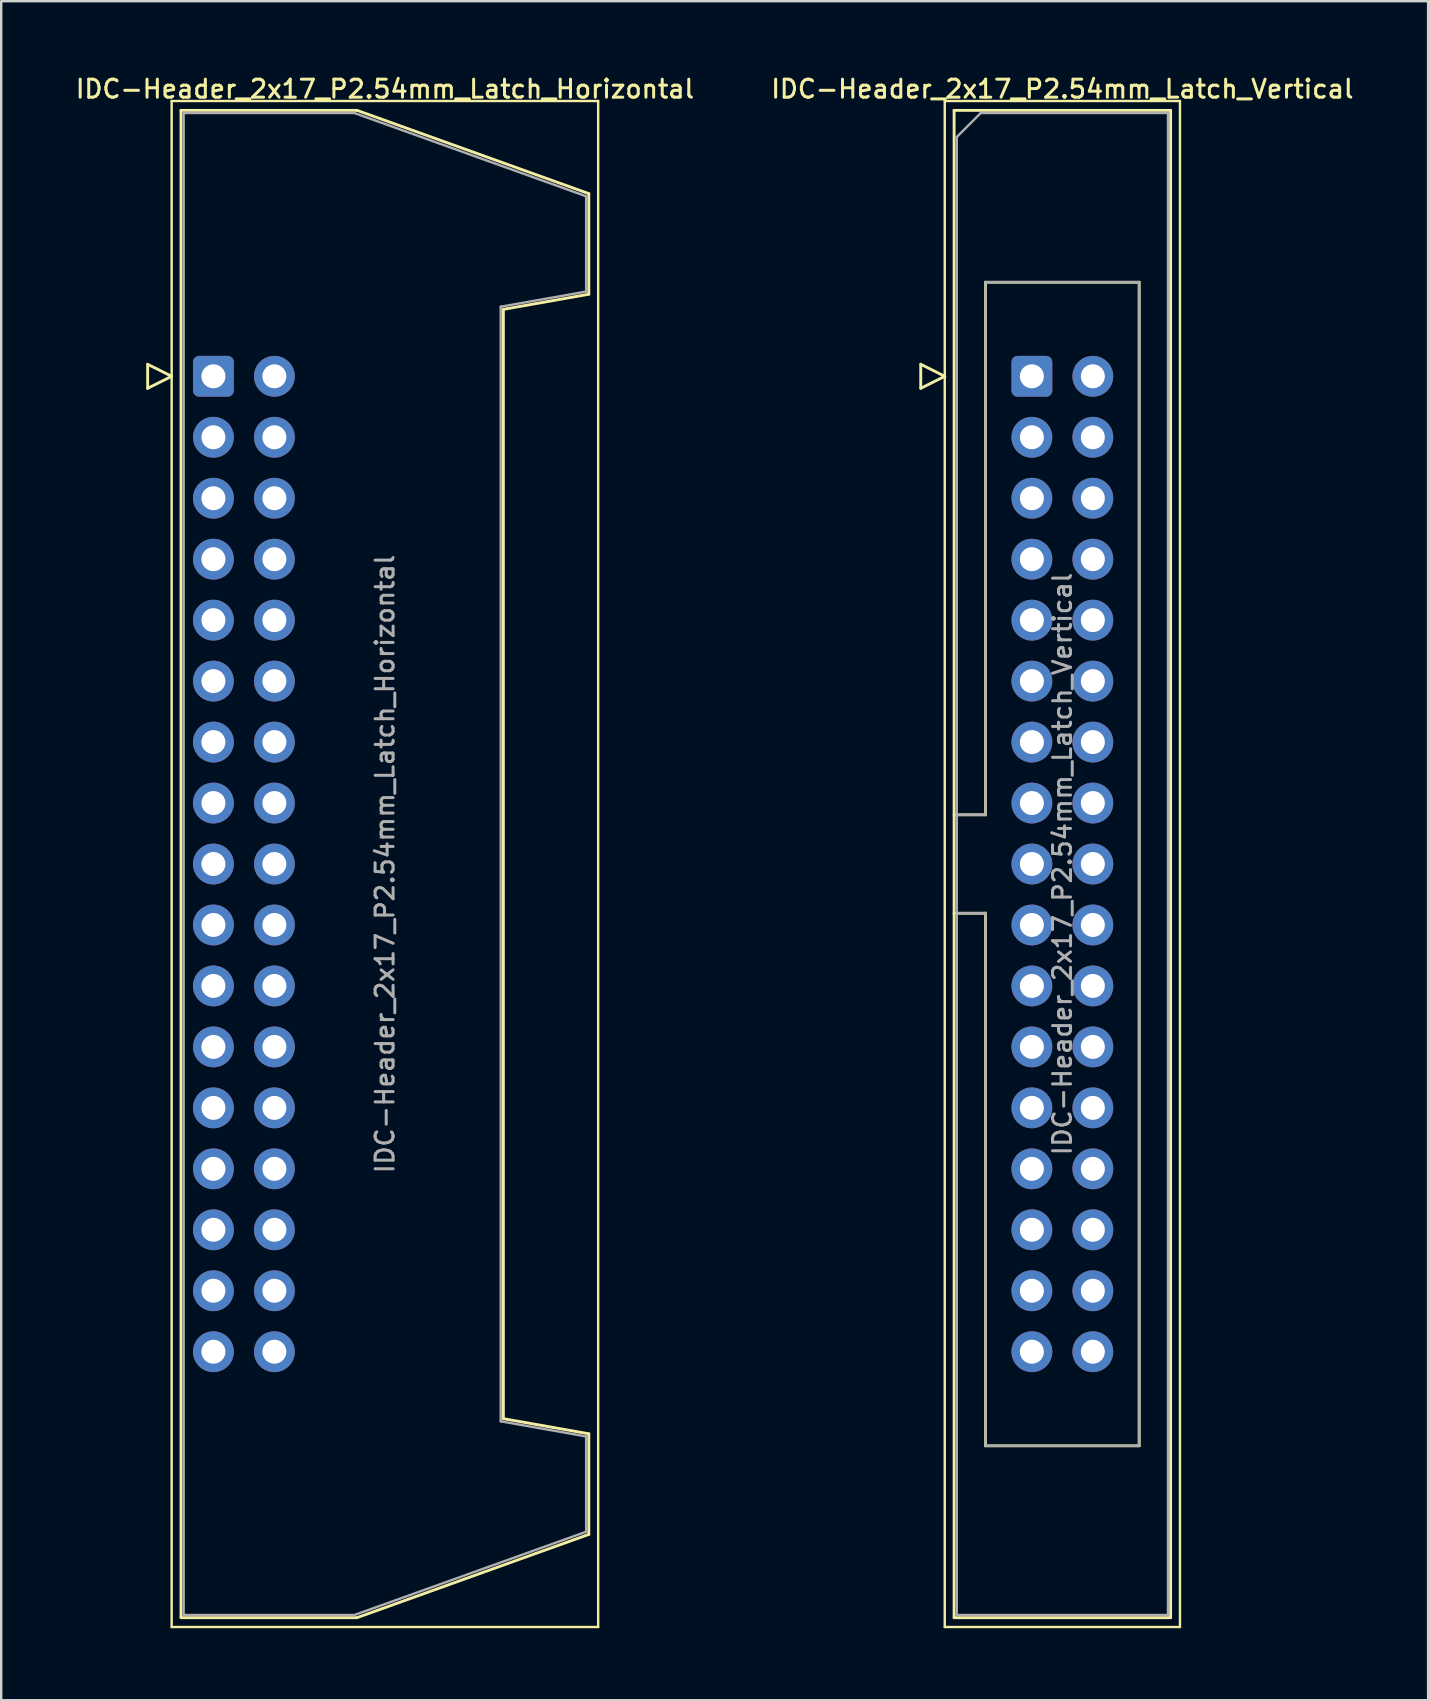
<source format=kicad_pcb>
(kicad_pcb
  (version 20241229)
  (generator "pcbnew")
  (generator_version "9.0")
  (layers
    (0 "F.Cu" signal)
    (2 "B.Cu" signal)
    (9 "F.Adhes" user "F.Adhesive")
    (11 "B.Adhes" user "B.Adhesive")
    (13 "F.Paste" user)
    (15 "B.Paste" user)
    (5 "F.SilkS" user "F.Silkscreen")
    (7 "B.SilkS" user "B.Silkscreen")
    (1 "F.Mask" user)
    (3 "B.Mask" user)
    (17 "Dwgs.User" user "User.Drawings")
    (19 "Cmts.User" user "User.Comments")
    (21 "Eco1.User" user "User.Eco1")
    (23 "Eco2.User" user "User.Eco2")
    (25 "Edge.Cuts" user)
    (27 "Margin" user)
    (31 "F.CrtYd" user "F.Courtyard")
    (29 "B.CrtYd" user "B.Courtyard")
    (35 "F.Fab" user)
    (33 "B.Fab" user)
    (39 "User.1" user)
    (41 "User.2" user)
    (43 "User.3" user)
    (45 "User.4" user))
  (footprint "IDC-Header_2x17_P2.54mm_Latch_Horizontal"
    (layer "F.Cu")
    (at 5.842 12.628)
    (property "Reference" "IDC-Header_2x17_P2.54mm_Latch_Horizontal" (at 7.145 -11.97 0) (layer "F.SilkS") (effects (font (size 0.75 0.75) (thickness 0.125))))
    (attr through_hole)
    (fp_line (start -2.74 -0.5) (end -2.74 0.5) (stroke (width 0.12) (type solid)) (layer "F.SilkS"))
    (fp_line (start -2.74 0.5) (end -1.74 0) (stroke (width 0.12) (type solid)) (layer "F.SilkS"))
    (fp_line (start -1.74 -11.47) (end -1.74 52.11) (stroke (width 0.1) (type solid)) (layer "F.SilkS"))
    (fp_line (start -1.74 0) (end -2.74 -0.5) (stroke (width 0.12) (type solid)) (layer "F.SilkS"))
    (fp_line (start -1.74 52.11) (end 16.03 52.11) (stroke (width 0.1) (type solid)) (layer "F.SilkS"))
    (fp_line (start -1.35 -11.08) (end 5.98 -11.08) (stroke (width 0.12) (type solid)) (layer "F.SilkS"))
    (fp_line (start -1.35 51.72) (end -1.35 -11.08) (stroke (width 0.12) (type solid)) (layer "F.SilkS"))
    (fp_line (start 5.98 -11.08) (end 15.64 -7.61) (stroke (width 0.12) (type solid)) (layer "F.SilkS"))
    (fp_line (start 5.98 51.72) (end -1.35 51.72) (stroke (width 0.12) (type solid)) (layer "F.SilkS"))
    (fp_line (start 12.08 -2.79) (end 12.08 43.43) (stroke (width 0.12) (type solid)) (layer "F.SilkS"))
    (fp_line (start 12.08 43.43) (end 15.64 44.06) (stroke (width 0.12) (type solid)) (layer "F.SilkS"))
    (fp_line (start 15.64 -7.61) (end 15.64 -3.42) (stroke (width 0.12) (type solid)) (layer "F.SilkS"))
    (fp_line (start 15.64 -3.42) (end 12.08 -2.79) (stroke (width 0.12) (type solid)) (layer "F.SilkS"))
    (fp_line (start 15.64 44.06) (end 15.64 48.25) (stroke (width 0.12) (type solid)) (layer "F.SilkS"))
    (fp_line (start 15.64 48.25) (end 5.98 51.72) (stroke (width 0.12) (type solid)) (layer "F.SilkS"))
    (fp_line (start 16.03 -11.47) (end -1.74 -11.47) (stroke (width 0.1) (type solid)) (layer "F.SilkS"))
    (fp_line (start 16.03 52.11) (end 16.03 -11.47) (stroke (width 0.1) (type solid)) (layer "F.SilkS"))
    (fp_line (start -1.24 -10.97) (end 5.87 -10.97) (stroke (width 0.1) (type solid)) (layer "F.Fab"))
    (fp_line (start -1.24 51.61) (end -1.24 -10.97) (stroke (width 0.1) (type solid)) (layer "F.Fab"))
    (fp_line (start 5.87 -10.97) (end 15.53 -7.5) (stroke (width 0.1) (type solid)) (layer "F.Fab"))
    (fp_line (start 5.87 51.61) (end -1.24 51.61) (stroke (width 0.1) (type solid)) (layer "F.Fab"))
    (fp_line (start 11.97 -2.9) (end 11.97 43.54) (stroke (width 0.1) (type solid)) (layer "F.Fab"))
    (fp_line (start 11.97 43.54) (end 15.53 44.17) (stroke (width 0.1) (type solid)) (layer "F.Fab"))
    (fp_line (start 15.53 -7.5) (end 15.53 -3.53) (stroke (width 0.1) (type solid)) (layer "F.Fab"))
    (fp_line (start 15.53 -3.53) (end 11.97 -2.9) (stroke (width 0.1) (type solid)) (layer "F.Fab"))
    (fp_line (start 15.53 44.17) (end 15.53 48.14) (stroke (width 0.1) (type solid)) (layer "F.Fab"))
    (fp_line (start 15.53 48.14) (end 5.87 51.61) (stroke (width 0.1) (type solid)) (layer "F.Fab"))
    (fp_text user "${REFERENCE}" (at 7.145 20.32 90) (layer "F.Fab") (effects (font (size 0.75 0.75) (thickness 0.125))))
    (pad "1" thru_hole roundrect (at 0 0) (size 1.7 1.7) (drill 1) (layers "*.Cu" "*.Mask") (roundrect_rratio 0.147))
    (pad "2" thru_hole circle (at 2.54 0) (size 1.7 1.7) (drill 1) (layers "*.Cu" "*.Mask"))
    (pad "3" thru_hole circle (at 0 2.54) (size 1.7 1.7) (drill 1) (layers "*.Cu" "*.Mask"))
    (pad "4" thru_hole circle (at 2.54 2.54) (size 1.7 1.7) (drill 1) (layers "*.Cu" "*.Mask"))
    (pad "5" thru_hole circle (at 0 5.08) (size 1.7 1.7) (drill 1) (layers "*.Cu" "*.Mask"))
    (pad "6" thru_hole circle (at 2.54 5.08) (size 1.7 1.7) (drill 1) (layers "*.Cu" "*.Mask"))
    (pad "7" thru_hole circle (at 0 7.62) (size 1.7 1.7) (drill 1) (layers "*.Cu" "*.Mask"))
    (pad "8" thru_hole circle (at 2.54 7.62) (size 1.7 1.7) (drill 1) (layers "*.Cu" "*.Mask"))
    (pad "9" thru_hole circle (at 0 10.16) (size 1.7 1.7) (drill 1) (layers "*.Cu" "*.Mask"))
    (pad "10" thru_hole circle (at 2.54 10.16) (size 1.7 1.7) (drill 1) (layers "*.Cu" "*.Mask"))
    (pad "11" thru_hole circle (at 0 12.7) (size 1.7 1.7) (drill 1) (layers "*.Cu" "*.Mask"))
    (pad "12" thru_hole circle (at 2.54 12.7) (size 1.7 1.7) (drill 1) (layers "*.Cu" "*.Mask"))
    (pad "13" thru_hole circle (at 0 15.24) (size 1.7 1.7) (drill 1) (layers "*.Cu" "*.Mask"))
    (pad "14" thru_hole circle (at 2.54 15.24) (size 1.7 1.7) (drill 1) (layers "*.Cu" "*.Mask"))
    (pad "15" thru_hole circle (at 0 17.78) (size 1.7 1.7) (drill 1) (layers "*.Cu" "*.Mask"))
    (pad "16" thru_hole circle (at 2.54 17.78) (size 1.7 1.7) (drill 1) (layers "*.Cu" "*.Mask"))
    (pad "17" thru_hole circle (at 0 20.32) (size 1.7 1.7) (drill 1) (layers "*.Cu" "*.Mask"))
    (pad "18" thru_hole circle (at 2.54 20.32) (size 1.7 1.7) (drill 1) (layers "*.Cu" "*.Mask"))
    (pad "19" thru_hole circle (at 0 22.86) (size 1.7 1.7) (drill 1) (layers "*.Cu" "*.Mask"))
    (pad "20" thru_hole circle (at 2.54 22.86) (size 1.7 1.7) (drill 1) (layers "*.Cu" "*.Mask"))
    (pad "21" thru_hole circle (at 0 25.4) (size 1.7 1.7) (drill 1) (layers "*.Cu" "*.Mask"))
    (pad "22" thru_hole circle (at 2.54 25.4) (size 1.7 1.7) (drill 1) (layers "*.Cu" "*.Mask"))
    (pad "23" thru_hole circle (at 0 27.94) (size 1.7 1.7) (drill 1) (layers "*.Cu" "*.Mask"))
    (pad "24" thru_hole circle (at 2.54 27.94) (size 1.7 1.7) (drill 1) (layers "*.Cu" "*.Mask"))
    (pad "25" thru_hole circle (at 0 30.48) (size 1.7 1.7) (drill 1) (layers "*.Cu" "*.Mask"))
    (pad "26" thru_hole circle (at 2.54 30.48) (size 1.7 1.7) (drill 1) (layers "*.Cu" "*.Mask"))
    (pad "27" thru_hole circle (at 0 33.02) (size 1.7 1.7) (drill 1) (layers "*.Cu" "*.Mask"))
    (pad "28" thru_hole circle (at 2.54 33.02) (size 1.7 1.7) (drill 1) (layers "*.Cu" "*.Mask"))
    (pad "29" thru_hole circle (at 0 35.56) (size 1.7 1.7) (drill 1) (layers "*.Cu" "*.Mask"))
    (pad "30" thru_hole circle (at 2.54 35.56) (size 1.7 1.7) (drill 1) (layers "*.Cu" "*.Mask"))
    (pad "31" thru_hole circle (at 0 38.1) (size 1.7 1.7) (drill 1) (layers "*.Cu" "*.Mask"))
    (pad "32" thru_hole circle (at 2.54 38.1) (size 1.7 1.7) (drill 1) (layers "*.Cu" "*.Mask"))
    (pad "33" thru_hole circle (at 0 40.64) (size 1.7 1.7) (drill 1) (layers "*.Cu" "*.Mask"))
    (pad "34" thru_hole circle (at 2.54 40.64) (size 1.7 1.7) (drill 1) (layers "*.Cu" "*.Mask")))
  (footprint "IDC-Header_2x17_P2.54mm_Latch_Vertical"
    (layer "F.Cu")
    (at 39.942 12.628)
    (property "Reference" "IDC-Header_2x17_P2.54mm_Latch_Vertical" (at 1.27 -11.97 0) (layer "F.SilkS") (effects (font (size 0.75 0.75) (thickness 0.125))))
    (attr through_hole)
    (fp_line (start -4.63 -0.5) (end -4.63 0.5) (stroke (width 0.12) (type solid)) (layer "F.SilkS"))
    (fp_line (start -4.63 0.5) (end -3.63 0) (stroke (width 0.12) (type solid)) (layer "F.SilkS"))
    (fp_line (start -3.63 -11.47) (end -3.63 52.11) (stroke (width 0.1) (type solid)) (layer "F.SilkS"))
    (fp_line (start -3.63 0) (end -4.63 -0.5) (stroke (width 0.12) (type solid)) (layer "F.SilkS"))
    (fp_line (start -3.63 52.11) (end 6.17 52.11) (stroke (width 0.1) (type solid)) (layer "F.SilkS"))
    (fp_line (start -3.24 -11.08) (end 5.78 -11.08) (stroke (width 0.12) (type solid)) (layer "F.SilkS"))
    (fp_line (start -3.24 18.27) (end -1.93 18.27) (stroke (width 0.12) (type solid)) (layer "F.SilkS"))
    (fp_line (start -3.24 51.72) (end -3.24 -11.08) (stroke (width 0.12) (type solid)) (layer "F.SilkS"))
    (fp_line (start -1.93 -3.92) (end 4.47 -3.92) (stroke (width 0.12) (type solid)) (layer "F.SilkS"))
    (fp_line (start -1.93 18.27) (end -1.93 -3.92) (stroke (width 0.12) (type solid)) (layer "F.SilkS"))
    (fp_line (start -1.93 22.37) (end -3.24 22.37) (stroke (width 0.12) (type solid)) (layer "F.SilkS"))
    (fp_line (start -1.93 22.37) (end -1.93 22.37) (stroke (width 0.12) (type solid)) (layer "F.SilkS"))
    (fp_line (start -1.93 44.56) (end -1.93 22.37) (stroke (width 0.12) (type solid)) (layer "F.SilkS"))
    (fp_line (start 4.47 -3.92) (end 4.47 44.56) (stroke (width 0.12) (type solid)) (layer "F.SilkS"))
    (fp_line (start 4.47 44.56) (end -1.93 44.56) (stroke (width 0.12) (type solid)) (layer "F.SilkS"))
    (fp_line (start 5.78 -11.08) (end 5.78 51.72) (stroke (width 0.12) (type solid)) (layer "F.SilkS"))
    (fp_line (start 5.78 51.72) (end -3.24 51.72) (stroke (width 0.12) (type solid)) (layer "F.SilkS"))
    (fp_line (start 6.17 -11.47) (end -3.63 -11.47) (stroke (width 0.1) (type solid)) (layer "F.SilkS"))
    (fp_line (start 6.17 52.11) (end 6.17 -11.47) (stroke (width 0.1) (type solid)) (layer "F.SilkS"))
    (fp_line (start -3.13 -9.97) (end -2.13 -10.97) (stroke (width 0.1) (type solid)) (layer "F.Fab"))
    (fp_line (start -3.13 18.27) (end -1.93 18.27) (stroke (width 0.1) (type solid)) (layer "F.Fab"))
    (fp_line (start -3.13 51.61) (end -3.13 -9.97) (stroke (width 0.1) (type solid)) (layer "F.Fab"))
    (fp_line (start -2.13 -10.97) (end 5.67 -10.97) (stroke (width 0.1) (type solid)) (layer "F.Fab"))
    (fp_line (start -1.93 -3.92) (end 4.47 -3.92) (stroke (width 0.1) (type solid)) (layer "F.Fab"))
    (fp_line (start -1.93 18.27) (end -1.93 -3.92) (stroke (width 0.1) (type solid)) (layer "F.Fab"))
    (fp_line (start -1.93 22.37) (end -3.13 22.37) (stroke (width 0.1) (type solid)) (layer "F.Fab"))
    (fp_line (start -1.93 22.37) (end -1.93 22.37) (stroke (width 0.1) (type solid)) (layer "F.Fab"))
    (fp_line (start -1.93 44.56) (end -1.93 22.37) (stroke (width 0.1) (type solid)) (layer "F.Fab"))
    (fp_line (start 4.47 -3.92) (end 4.47 44.56) (stroke (width 0.1) (type solid)) (layer "F.Fab"))
    (fp_line (start 4.47 44.56) (end -1.93 44.56) (stroke (width 0.1) (type solid)) (layer "F.Fab"))
    (fp_line (start 5.67 -10.97) (end 5.67 51.61) (stroke (width 0.1) (type solid)) (layer "F.Fab"))
    (fp_line (start 5.67 51.61) (end -3.13 51.61) (stroke (width 0.1) (type solid)) (layer "F.Fab"))
    (fp_text user "${REFERENCE}" (at 1.27 20.32 90) (layer "F.Fab") (effects (font (size 0.75 0.75) (thickness 0.125))))
    (pad "1" thru_hole roundrect (at 0 0) (size 1.7 1.7) (drill 1) (layers "*.Cu" "*.Mask") (roundrect_rratio 0.147))
    (pad "2" thru_hole circle (at 2.54 0) (size 1.7 1.7) (drill 1) (layers "*.Cu" "*.Mask"))
    (pad "3" thru_hole circle (at 0 2.54) (size 1.7 1.7) (drill 1) (layers "*.Cu" "*.Mask"))
    (pad "4" thru_hole circle (at 2.54 2.54) (size 1.7 1.7) (drill 1) (layers "*.Cu" "*.Mask"))
    (pad "5" thru_hole circle (at 0 5.08) (size 1.7 1.7) (drill 1) (layers "*.Cu" "*.Mask"))
    (pad "6" thru_hole circle (at 2.54 5.08) (size 1.7 1.7) (drill 1) (layers "*.Cu" "*.Mask"))
    (pad "7" thru_hole circle (at 0 7.62) (size 1.7 1.7) (drill 1) (layers "*.Cu" "*.Mask"))
    (pad "8" thru_hole circle (at 2.54 7.62) (size 1.7 1.7) (drill 1) (layers "*.Cu" "*.Mask"))
    (pad "9" thru_hole circle (at 0 10.16) (size 1.7 1.7) (drill 1) (layers "*.Cu" "*.Mask"))
    (pad "10" thru_hole circle (at 2.54 10.16) (size 1.7 1.7) (drill 1) (layers "*.Cu" "*.Mask"))
    (pad "11" thru_hole circle (at 0 12.7) (size 1.7 1.7) (drill 1) (layers "*.Cu" "*.Mask"))
    (pad "12" thru_hole circle (at 2.54 12.7) (size 1.7 1.7) (drill 1) (layers "*.Cu" "*.Mask"))
    (pad "13" thru_hole circle (at 0 15.24) (size 1.7 1.7) (drill 1) (layers "*.Cu" "*.Mask"))
    (pad "14" thru_hole circle (at 2.54 15.24) (size 1.7 1.7) (drill 1) (layers "*.Cu" "*.Mask"))
    (pad "15" thru_hole circle (at 0 17.78) (size 1.7 1.7) (drill 1) (layers "*.Cu" "*.Mask"))
    (pad "16" thru_hole circle (at 2.54 17.78) (size 1.7 1.7) (drill 1) (layers "*.Cu" "*.Mask"))
    (pad "17" thru_hole circle (at 0 20.32) (size 1.7 1.7) (drill 1) (layers "*.Cu" "*.Mask"))
    (pad "18" thru_hole circle (at 2.54 20.32) (size 1.7 1.7) (drill 1) (layers "*.Cu" "*.Mask"))
    (pad "19" thru_hole circle (at 0 22.86) (size 1.7 1.7) (drill 1) (layers "*.Cu" "*.Mask"))
    (pad "20" thru_hole circle (at 2.54 22.86) (size 1.7 1.7) (drill 1) (layers "*.Cu" "*.Mask"))
    (pad "21" thru_hole circle (at 0 25.4) (size 1.7 1.7) (drill 1) (layers "*.Cu" "*.Mask"))
    (pad "22" thru_hole circle (at 2.54 25.4) (size 1.7 1.7) (drill 1) (layers "*.Cu" "*.Mask"))
    (pad "23" thru_hole circle (at 0 27.94) (size 1.7 1.7) (drill 1) (layers "*.Cu" "*.Mask"))
    (pad "24" thru_hole circle (at 2.54 27.94) (size 1.7 1.7) (drill 1) (layers "*.Cu" "*.Mask"))
    (pad "25" thru_hole circle (at 0 30.48) (size 1.7 1.7) (drill 1) (layers "*.Cu" "*.Mask"))
    (pad "26" thru_hole circle (at 2.54 30.48) (size 1.7 1.7) (drill 1) (layers "*.Cu" "*.Mask"))
    (pad "27" thru_hole circle (at 0 33.02) (size 1.7 1.7) (drill 1) (layers "*.Cu" "*.Mask"))
    (pad "28" thru_hole circle (at 2.54 33.02) (size 1.7 1.7) (drill 1) (layers "*.Cu" "*.Mask"))
    (pad "29" thru_hole circle (at 0 35.56) (size 1.7 1.7) (drill 1) (layers "*.Cu" "*.Mask"))
    (pad "30" thru_hole circle (at 2.54 35.56) (size 1.7 1.7) (drill 1) (layers "*.Cu" "*.Mask"))
    (pad "31" thru_hole circle (at 0 38.1) (size 1.7 1.7) (drill 1) (layers "*.Cu" "*.Mask"))
    (pad "32" thru_hole circle (at 2.54 38.1) (size 1.7 1.7) (drill 1) (layers "*.Cu" "*.Mask"))
    (pad "33" thru_hole circle (at 0 40.64) (size 1.7 1.7) (drill 1) (layers "*.Cu" "*.Mask"))
    (pad "34" thru_hole circle (at 2.54 40.64) (size 1.7 1.7) (drill 1) (layers "*.Cu" "*.Mask")))
  (gr_rect
    (start -3 -3)
    (end 56.45 67.788)
    (stroke (width 0.1) (type default))
    (fill no)
    (layer "Edge.Cuts")))
</source>
